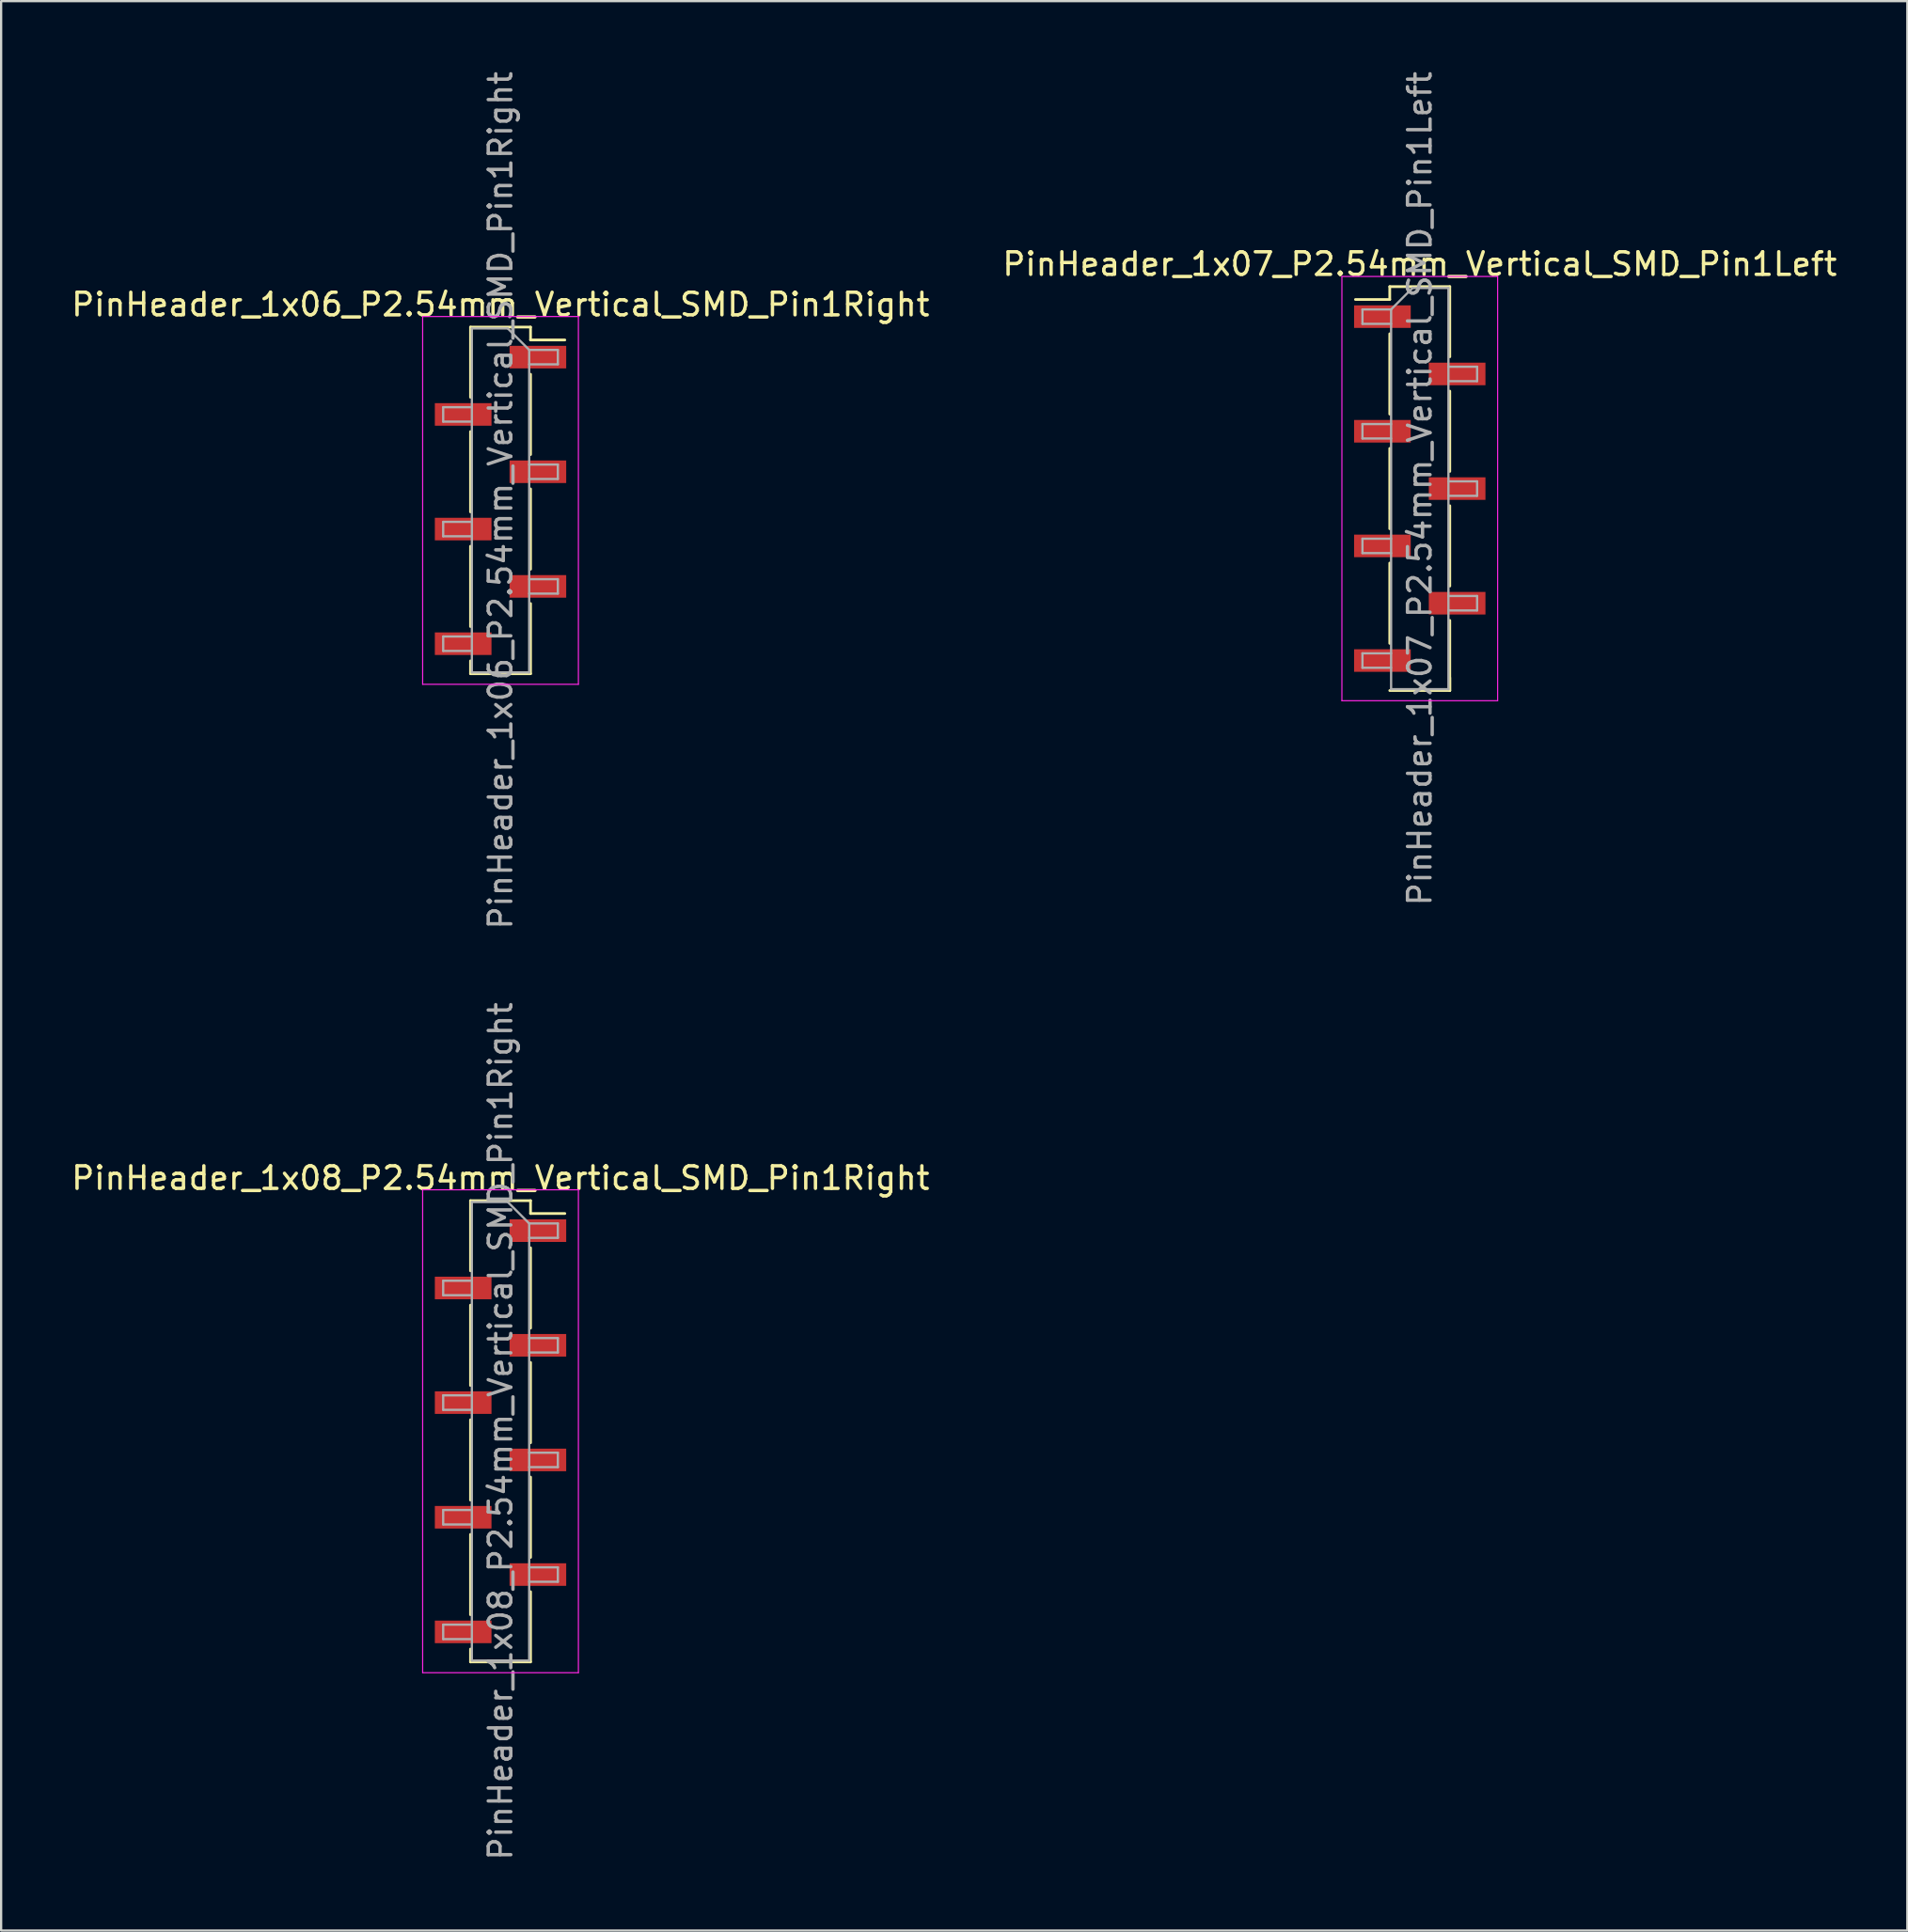
<source format=kicad_pcb>
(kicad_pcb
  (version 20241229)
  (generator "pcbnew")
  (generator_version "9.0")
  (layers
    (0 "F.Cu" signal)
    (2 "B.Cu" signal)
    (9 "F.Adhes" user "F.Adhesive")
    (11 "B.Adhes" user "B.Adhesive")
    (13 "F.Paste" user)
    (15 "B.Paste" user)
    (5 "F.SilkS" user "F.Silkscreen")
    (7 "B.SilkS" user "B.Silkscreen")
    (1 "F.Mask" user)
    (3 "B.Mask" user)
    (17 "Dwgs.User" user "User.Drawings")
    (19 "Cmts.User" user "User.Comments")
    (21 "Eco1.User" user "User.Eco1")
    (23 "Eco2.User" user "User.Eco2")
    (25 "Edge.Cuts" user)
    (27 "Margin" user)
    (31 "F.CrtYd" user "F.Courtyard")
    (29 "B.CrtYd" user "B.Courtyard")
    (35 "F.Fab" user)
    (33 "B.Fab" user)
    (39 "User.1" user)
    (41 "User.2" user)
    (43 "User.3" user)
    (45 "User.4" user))
  (footprint "PinHeader_1x08_P2.54mm_Vertical_SMD_Pin1Right"
    (layer "F.Cu")
    (at 19.125 60.375)
    (property "Reference" "PinHeader_1x08_P2.54mm_Vertical_SMD_Pin1Right" (at 0 -11.22 0) (layer "F.SilkS") (effects (font (size 1 1) (thickness 0.15))))
    (attr smd)
    (fp_line (start -1.33 -10.22) (end -1.33 -7.11) (stroke (width 0.12) (type solid)) (layer "F.SilkS"))
    (fp_line (start -1.33 -10.22) (end 1.33 -10.22) (stroke (width 0.12) (type solid)) (layer "F.SilkS"))
    (fp_line (start -1.33 -5.59) (end -1.33 -2.03) (stroke (width 0.12) (type solid)) (layer "F.SilkS"))
    (fp_line (start -1.33 -0.51) (end -1.33 3.05) (stroke (width 0.12) (type solid)) (layer "F.SilkS"))
    (fp_line (start -1.33 4.57) (end -1.33 8.13) (stroke (width 0.12) (type solid)) (layer "F.SilkS"))
    (fp_line (start -1.33 9.65) (end -1.33 10.22) (stroke (width 0.12) (type solid)) (layer "F.SilkS"))
    (fp_line (start -1.33 10.22) (end 1.33 10.22) (stroke (width 0.12) (type solid)) (layer "F.SilkS"))
    (fp_line (start 1.33 -10.22) (end 1.33 -9.65) (stroke (width 0.12) (type solid)) (layer "F.SilkS"))
    (fp_line (start 1.33 -9.65) (end 2.85 -9.65) (stroke (width 0.12) (type solid)) (layer "F.SilkS"))
    (fp_line (start 1.33 -8.13) (end 1.33 -4.57) (stroke (width 0.12) (type solid)) (layer "F.SilkS"))
    (fp_line (start 1.33 -3.05) (end 1.33 0.51) (stroke (width 0.12) (type solid)) (layer "F.SilkS"))
    (fp_line (start 1.33 2.03) (end 1.33 5.59) (stroke (width 0.12) (type solid)) (layer "F.SilkS"))
    (fp_line (start 1.33 7.11) (end 1.33 10.22) (stroke (width 0.12) (type solid)) (layer "F.SilkS"))
    (fp_line (start -3.45 -10.7) (end -3.45 10.7) (stroke (width 0.05) (type solid)) (layer "F.CrtYd"))
    (fp_line (start -3.45 10.7) (end 3.45 10.7) (stroke (width 0.05) (type solid)) (layer "F.CrtYd"))
    (fp_line (start 3.45 -10.7) (end -3.45 -10.7) (stroke (width 0.05) (type solid)) (layer "F.CrtYd"))
    (fp_line (start 3.45 10.7) (end 3.45 -10.7) (stroke (width 0.05) (type solid)) (layer "F.CrtYd"))
    (fp_line (start -2.54 -6.67) (end -2.54 -6.03) (stroke (width 0.1) (type solid)) (layer "F.Fab"))
    (fp_line (start -2.54 -6.03) (end -1.27 -6.03) (stroke (width 0.1) (type solid)) (layer "F.Fab"))
    (fp_line (start -2.54 -1.59) (end -2.54 -0.95) (stroke (width 0.1) (type solid)) (layer "F.Fab"))
    (fp_line (start -2.54 -0.95) (end -1.27 -0.95) (stroke (width 0.1) (type solid)) (layer "F.Fab"))
    (fp_line (start -2.54 3.49) (end -2.54 4.13) (stroke (width 0.1) (type solid)) (layer "F.Fab"))
    (fp_line (start -2.54 4.13) (end -1.27 4.13) (stroke (width 0.1) (type solid)) (layer "F.Fab"))
    (fp_line (start -2.54 8.57) (end -2.54 9.21) (stroke (width 0.1) (type solid)) (layer "F.Fab"))
    (fp_line (start -2.54 9.21) (end -1.27 9.21) (stroke (width 0.1) (type solid)) (layer "F.Fab"))
    (fp_line (start -1.27 -10.16) (end -1.27 10.16) (stroke (width 0.1) (type solid)) (layer "F.Fab"))
    (fp_line (start -1.27 -10.16) (end 0.32 -10.16) (stroke (width 0.1) (type solid)) (layer "F.Fab"))
    (fp_line (start -1.27 -6.67) (end -2.54 -6.67) (stroke (width 0.1) (type solid)) (layer "F.Fab"))
    (fp_line (start -1.27 -1.59) (end -2.54 -1.59) (stroke (width 0.1) (type solid)) (layer "F.Fab"))
    (fp_line (start -1.27 3.49) (end -2.54 3.49) (stroke (width 0.1) (type solid)) (layer "F.Fab"))
    (fp_line (start -1.27 8.57) (end -2.54 8.57) (stroke (width 0.1) (type solid)) (layer "F.Fab"))
    (fp_line (start 1.27 -9.21) (end 0.32 -10.16) (stroke (width 0.1) (type solid)) (layer "F.Fab"))
    (fp_line (start 1.27 -9.21) (end 2.54 -9.21) (stroke (width 0.1) (type solid)) (layer "F.Fab"))
    (fp_line (start 1.27 -4.13) (end 2.54 -4.13) (stroke (width 0.1) (type solid)) (layer "F.Fab"))
    (fp_line (start 1.27 0.95) (end 2.54 0.95) (stroke (width 0.1) (type solid)) (layer "F.Fab"))
    (fp_line (start 1.27 6.03) (end 2.54 6.03) (stroke (width 0.1) (type solid)) (layer "F.Fab"))
    (fp_line (start 1.27 10.16) (end -1.27 10.16) (stroke (width 0.1) (type solid)) (layer "F.Fab"))
    (fp_line (start 1.27 10.16) (end 1.27 -9.21) (stroke (width 0.1) (type solid)) (layer "F.Fab"))
    (fp_line (start 2.54 -9.21) (end 2.54 -8.57) (stroke (width 0.1) (type solid)) (layer "F.Fab"))
    (fp_line (start 2.54 -8.57) (end 1.27 -8.57) (stroke (width 0.1) (type solid)) (layer "F.Fab"))
    (fp_line (start 2.54 -4.13) (end 2.54 -3.49) (stroke (width 0.1) (type solid)) (layer "F.Fab"))
    (fp_line (start 2.54 -3.49) (end 1.27 -3.49) (stroke (width 0.1) (type solid)) (layer "F.Fab"))
    (fp_line (start 2.54 0.95) (end 2.54 1.59) (stroke (width 0.1) (type solid)) (layer "F.Fab"))
    (fp_line (start 2.54 1.59) (end 1.27 1.59) (stroke (width 0.1) (type solid)) (layer "F.Fab"))
    (fp_line (start 2.54 6.03) (end 2.54 6.67) (stroke (width 0.1) (type solid)) (layer "F.Fab"))
    (fp_line (start 2.54 6.67) (end 1.27 6.67) (stroke (width 0.1) (type solid)) (layer "F.Fab"))
    (fp_text user "${REFERENCE}" (at 0 0 90) (layer "F.Fab") (effects (font (size 1 1) (thickness 0.15))))
    (pad "1" smd rect (at 1.655 -8.89) (size 2.51 1) (layers "F.Cu" "F.Mask" "F.Paste"))
    (pad "2" smd rect (at -1.655 -6.35) (size 2.51 1) (layers "F.Cu" "F.Mask" "F.Paste"))
    (pad "3" smd rect (at 1.655 -3.81) (size 2.51 1) (layers "F.Cu" "F.Mask" "F.Paste"))
    (pad "4" smd rect (at -1.655 -1.27) (size 2.51 1) (layers "F.Cu" "F.Mask" "F.Paste"))
    (pad "5" smd rect (at 1.655 1.27) (size 2.51 1) (layers "F.Cu" "F.Mask" "F.Paste"))
    (pad "6" smd rect (at -1.655 3.81) (size 2.51 1) (layers "F.Cu" "F.Mask" "F.Paste"))
    (pad "7" smd rect (at 1.655 6.35) (size 2.51 1) (layers "F.Cu" "F.Mask" "F.Paste"))
    (pad "8" smd rect (at -1.655 8.89) (size 2.51 1) (layers "F.Cu" "F.Mask" "F.Paste")))
  (footprint "PinHeader_1x07_P2.54mm_Vertical_SMD_Pin1Left"
    (layer "F.Cu")
    (at 59.851 18.601)
    (property "Reference" "PinHeader_1x07_P2.54mm_Vertical_SMD_Pin1Left" (at 0 -9.95 0) (layer "F.SilkS") (effects (font (size 1 1) (thickness 0.15))))
    (attr smd)
    (fp_line (start -1.33 -8.95) (end -1.33 -8.38) (stroke (width 0.12) (type solid)) (layer "F.SilkS"))
    (fp_line (start -1.33 -8.95) (end 1.33 -8.95) (stroke (width 0.12) (type solid)) (layer "F.SilkS"))
    (fp_line (start -1.33 -8.38) (end -2.85 -8.38) (stroke (width 0.12) (type solid)) (layer "F.SilkS"))
    (fp_line (start -1.33 -6.86) (end -1.33 -3.3) (stroke (width 0.12) (type solid)) (layer "F.SilkS"))
    (fp_line (start -1.33 -1.78) (end -1.33 1.78) (stroke (width 0.12) (type solid)) (layer "F.SilkS"))
    (fp_line (start -1.33 3.3) (end -1.33 6.86) (stroke (width 0.12) (type solid)) (layer "F.SilkS"))
    (fp_line (start -1.33 8.95) (end 1.33 8.95) (stroke (width 0.12) (type solid)) (layer "F.SilkS"))
    (fp_line (start 1.33 -8.95) (end 1.33 -5.84) (stroke (width 0.12) (type solid)) (layer "F.SilkS"))
    (fp_line (start 1.33 -4.32) (end 1.33 -0.76) (stroke (width 0.12) (type solid)) (layer "F.SilkS"))
    (fp_line (start 1.33 0.76) (end 1.33 4.32) (stroke (width 0.12) (type solid)) (layer "F.SilkS"))
    (fp_line (start 1.33 5.84) (end 1.33 8.95) (stroke (width 0.12) (type solid)) (layer "F.SilkS"))
    (fp_line (start 1.33 8.38) (end 1.33 8.95) (stroke (width 0.12) (type solid)) (layer "F.SilkS"))
    (fp_line (start -3.45 -9.4) (end -3.45 9.4) (stroke (width 0.05) (type solid)) (layer "F.CrtYd"))
    (fp_line (start -3.45 9.4) (end 3.45 9.4) (stroke (width 0.05) (type solid)) (layer "F.CrtYd"))
    (fp_line (start 3.45 -9.4) (end -3.45 -9.4) (stroke (width 0.05) (type solid)) (layer "F.CrtYd"))
    (fp_line (start 3.45 9.4) (end 3.45 -9.4) (stroke (width 0.05) (type solid)) (layer "F.CrtYd"))
    (fp_line (start -2.54 -7.94) (end -2.54 -7.3) (stroke (width 0.1) (type solid)) (layer "F.Fab"))
    (fp_line (start -2.54 -7.3) (end -1.27 -7.3) (stroke (width 0.1) (type solid)) (layer "F.Fab"))
    (fp_line (start -2.54 -2.86) (end -2.54 -2.22) (stroke (width 0.1) (type solid)) (layer "F.Fab"))
    (fp_line (start -2.54 -2.22) (end -1.27 -2.22) (stroke (width 0.1) (type solid)) (layer "F.Fab"))
    (fp_line (start -2.54 2.22) (end -2.54 2.86) (stroke (width 0.1) (type solid)) (layer "F.Fab"))
    (fp_line (start -2.54 2.86) (end -1.27 2.86) (stroke (width 0.1) (type solid)) (layer "F.Fab"))
    (fp_line (start -2.54 7.3) (end -2.54 7.94) (stroke (width 0.1) (type solid)) (layer "F.Fab"))
    (fp_line (start -2.54 7.94) (end -1.27 7.94) (stroke (width 0.1) (type solid)) (layer "F.Fab"))
    (fp_line (start -1.27 -7.94) (end -2.54 -7.94) (stroke (width 0.1) (type solid)) (layer "F.Fab"))
    (fp_line (start -1.27 -7.94) (end -0.32 -8.89) (stroke (width 0.1) (type solid)) (layer "F.Fab"))
    (fp_line (start -1.27 -2.86) (end -2.54 -2.86) (stroke (width 0.1) (type solid)) (layer "F.Fab"))
    (fp_line (start -1.27 2.22) (end -2.54 2.22) (stroke (width 0.1) (type solid)) (layer "F.Fab"))
    (fp_line (start -1.27 7.3) (end -2.54 7.3) (stroke (width 0.1) (type solid)) (layer "F.Fab"))
    (fp_line (start -1.27 8.89) (end -1.27 -7.94) (stroke (width 0.1) (type solid)) (layer "F.Fab"))
    (fp_line (start -0.32 -8.89) (end 1.27 -8.89) (stroke (width 0.1) (type solid)) (layer "F.Fab"))
    (fp_line (start 1.27 -8.89) (end 1.27 8.89) (stroke (width 0.1) (type solid)) (layer "F.Fab"))
    (fp_line (start 1.27 -5.4) (end 2.54 -5.4) (stroke (width 0.1) (type solid)) (layer "F.Fab"))
    (fp_line (start 1.27 -0.32) (end 2.54 -0.32) (stroke (width 0.1) (type solid)) (layer "F.Fab"))
    (fp_line (start 1.27 4.76) (end 2.54 4.76) (stroke (width 0.1) (type solid)) (layer "F.Fab"))
    (fp_line (start 1.27 8.89) (end -1.27 8.89) (stroke (width 0.1) (type solid)) (layer "F.Fab"))
    (fp_line (start 2.54 -5.4) (end 2.54 -4.76) (stroke (width 0.1) (type solid)) (layer "F.Fab"))
    (fp_line (start 2.54 -4.76) (end 1.27 -4.76) (stroke (width 0.1) (type solid)) (layer "F.Fab"))
    (fp_line (start 2.54 -0.32) (end 2.54 0.32) (stroke (width 0.1) (type solid)) (layer "F.Fab"))
    (fp_line (start 2.54 0.32) (end 1.27 0.32) (stroke (width 0.1) (type solid)) (layer "F.Fab"))
    (fp_line (start 2.54 4.76) (end 2.54 5.4) (stroke (width 0.1) (type solid)) (layer "F.Fab"))
    (fp_line (start 2.54 5.4) (end 1.27 5.4) (stroke (width 0.1) (type solid)) (layer "F.Fab"))
    (fp_text user "${REFERENCE}" (at 0 0 90) (layer "F.Fab") (effects (font (size 1 1) (thickness 0.15))))
    (pad "1" smd rect (at -1.655 -7.62) (size 2.51 1) (layers "F.Cu" "F.Mask" "F.Paste"))
    (pad "2" smd rect (at 1.655 -5.08) (size 2.51 1) (layers "F.Cu" "F.Mask" "F.Paste"))
    (pad "3" smd rect (at -1.655 -2.54) (size 2.51 1) (layers "F.Cu" "F.Mask" "F.Paste"))
    (pad "4" smd rect (at 1.655 0) (size 2.51 1) (layers "F.Cu" "F.Mask" "F.Paste"))
    (pad "5" smd rect (at -1.655 2.54) (size 2.51 1) (layers "F.Cu" "F.Mask" "F.Paste"))
    (pad "6" smd rect (at 1.655 5.08) (size 2.51 1) (layers "F.Cu" "F.Mask" "F.Paste"))
    (pad "7" smd rect (at -1.655 7.62) (size 2.51 1) (layers "F.Cu" "F.Mask" "F.Paste")))
  (footprint "PinHeader_1x06_P2.54mm_Vertical_SMD_Pin1Right"
    (layer "F.Cu")
    (at 19.125 19.125)
    (property "Reference" "PinHeader_1x06_P2.54mm_Vertical_SMD_Pin1Right" (at 0 -8.68 0) (layer "F.SilkS") (effects (font (size 1 1) (thickness 0.15))))
    (attr smd)
    (fp_line (start -1.33 -7.68) (end -1.33 -4.57) (stroke (width 0.12) (type solid)) (layer "F.SilkS"))
    (fp_line (start -1.33 -7.68) (end 1.33 -7.68) (stroke (width 0.12) (type solid)) (layer "F.SilkS"))
    (fp_line (start -1.33 -3.05) (end -1.33 0.51) (stroke (width 0.12) (type solid)) (layer "F.SilkS"))
    (fp_line (start -1.33 2.03) (end -1.33 5.59) (stroke (width 0.12) (type solid)) (layer "F.SilkS"))
    (fp_line (start -1.33 7.11) (end -1.33 7.68) (stroke (width 0.12) (type solid)) (layer "F.SilkS"))
    (fp_line (start -1.33 7.68) (end 1.33 7.68) (stroke (width 0.12) (type solid)) (layer "F.SilkS"))
    (fp_line (start 1.33 -7.68) (end 1.33 -7.11) (stroke (width 0.12) (type solid)) (layer "F.SilkS"))
    (fp_line (start 1.33 -7.11) (end 2.85 -7.11) (stroke (width 0.12) (type solid)) (layer "F.SilkS"))
    (fp_line (start 1.33 -5.59) (end 1.33 -2.03) (stroke (width 0.12) (type solid)) (layer "F.SilkS"))
    (fp_line (start 1.33 -0.51) (end 1.33 3.05) (stroke (width 0.12) (type solid)) (layer "F.SilkS"))
    (fp_line (start 1.33 4.57) (end 1.33 7.68) (stroke (width 0.12) (type solid)) (layer "F.SilkS"))
    (fp_line (start -3.45 -8.15) (end -3.45 8.15) (stroke (width 0.05) (type solid)) (layer "F.CrtYd"))
    (fp_line (start -3.45 8.15) (end 3.45 8.15) (stroke (width 0.05) (type solid)) (layer "F.CrtYd"))
    (fp_line (start 3.45 -8.15) (end -3.45 -8.15) (stroke (width 0.05) (type solid)) (layer "F.CrtYd"))
    (fp_line (start 3.45 8.15) (end 3.45 -8.15) (stroke (width 0.05) (type solid)) (layer "F.CrtYd"))
    (fp_line (start -2.54 -4.13) (end -2.54 -3.49) (stroke (width 0.1) (type solid)) (layer "F.Fab"))
    (fp_line (start -2.54 -3.49) (end -1.27 -3.49) (stroke (width 0.1) (type solid)) (layer "F.Fab"))
    (fp_line (start -2.54 0.95) (end -2.54 1.59) (stroke (width 0.1) (type solid)) (layer "F.Fab"))
    (fp_line (start -2.54 1.59) (end -1.27 1.59) (stroke (width 0.1) (type solid)) (layer "F.Fab"))
    (fp_line (start -2.54 6.03) (end -2.54 6.67) (stroke (width 0.1) (type solid)) (layer "F.Fab"))
    (fp_line (start -2.54 6.67) (end -1.27 6.67) (stroke (width 0.1) (type solid)) (layer "F.Fab"))
    (fp_line (start -1.27 -7.62) (end -1.27 7.62) (stroke (width 0.1) (type solid)) (layer "F.Fab"))
    (fp_line (start -1.27 -7.62) (end 0.32 -7.62) (stroke (width 0.1) (type solid)) (layer "F.Fab"))
    (fp_line (start -1.27 -4.13) (end -2.54 -4.13) (stroke (width 0.1) (type solid)) (layer "F.Fab"))
    (fp_line (start -1.27 0.95) (end -2.54 0.95) (stroke (width 0.1) (type solid)) (layer "F.Fab"))
    (fp_line (start -1.27 6.03) (end -2.54 6.03) (stroke (width 0.1) (type solid)) (layer "F.Fab"))
    (fp_line (start 1.27 -6.67) (end 0.32 -7.62) (stroke (width 0.1) (type solid)) (layer "F.Fab"))
    (fp_line (start 1.27 -6.67) (end 2.54 -6.67) (stroke (width 0.1) (type solid)) (layer "F.Fab"))
    (fp_line (start 1.27 -1.59) (end 2.54 -1.59) (stroke (width 0.1) (type solid)) (layer "F.Fab"))
    (fp_line (start 1.27 3.49) (end 2.54 3.49) (stroke (width 0.1) (type solid)) (layer "F.Fab"))
    (fp_line (start 1.27 7.62) (end -1.27 7.62) (stroke (width 0.1) (type solid)) (layer "F.Fab"))
    (fp_line (start 1.27 7.62) (end 1.27 -6.67) (stroke (width 0.1) (type solid)) (layer "F.Fab"))
    (fp_line (start 2.54 -6.67) (end 2.54 -6.03) (stroke (width 0.1) (type solid)) (layer "F.Fab"))
    (fp_line (start 2.54 -6.03) (end 1.27 -6.03) (stroke (width 0.1) (type solid)) (layer "F.Fab"))
    (fp_line (start 2.54 -1.59) (end 2.54 -0.95) (stroke (width 0.1) (type solid)) (layer "F.Fab"))
    (fp_line (start 2.54 -0.95) (end 1.27 -0.95) (stroke (width 0.1) (type solid)) (layer "F.Fab"))
    (fp_line (start 2.54 3.49) (end 2.54 4.13) (stroke (width 0.1) (type solid)) (layer "F.Fab"))
    (fp_line (start 2.54 4.13) (end 1.27 4.13) (stroke (width 0.1) (type solid)) (layer "F.Fab"))
    (fp_text user "${REFERENCE}" (at 0 0 90) (layer "F.Fab") (effects (font (size 1 1) (thickness 0.15))))
    (pad "1" smd rect (at 1.655 -6.35) (size 2.51 1) (layers "F.Cu" "F.Mask" "F.Paste"))
    (pad "2" smd rect (at -1.655 -3.81) (size 2.51 1) (layers "F.Cu" "F.Mask" "F.Paste"))
    (pad "3" smd rect (at 1.655 -1.27) (size 2.51 1) (layers "F.Cu" "F.Mask" "F.Paste"))
    (pad "4" smd rect (at -1.655 1.27) (size 2.51 1) (layers "F.Cu" "F.Mask" "F.Paste"))
    (pad "5" smd rect (at 1.655 3.81) (size 2.51 1) (layers "F.Cu" "F.Mask" "F.Paste"))
    (pad "6" smd rect (at -1.655 6.35) (size 2.51 1) (layers "F.Cu" "F.Mask" "F.Paste")))
  (gr_rect
    (start -3 -3)
    (end 81.452 82.5)
    (stroke (width 0.1) (type default))
    (fill no)
    (layer "Edge.Cuts")))
</source>
